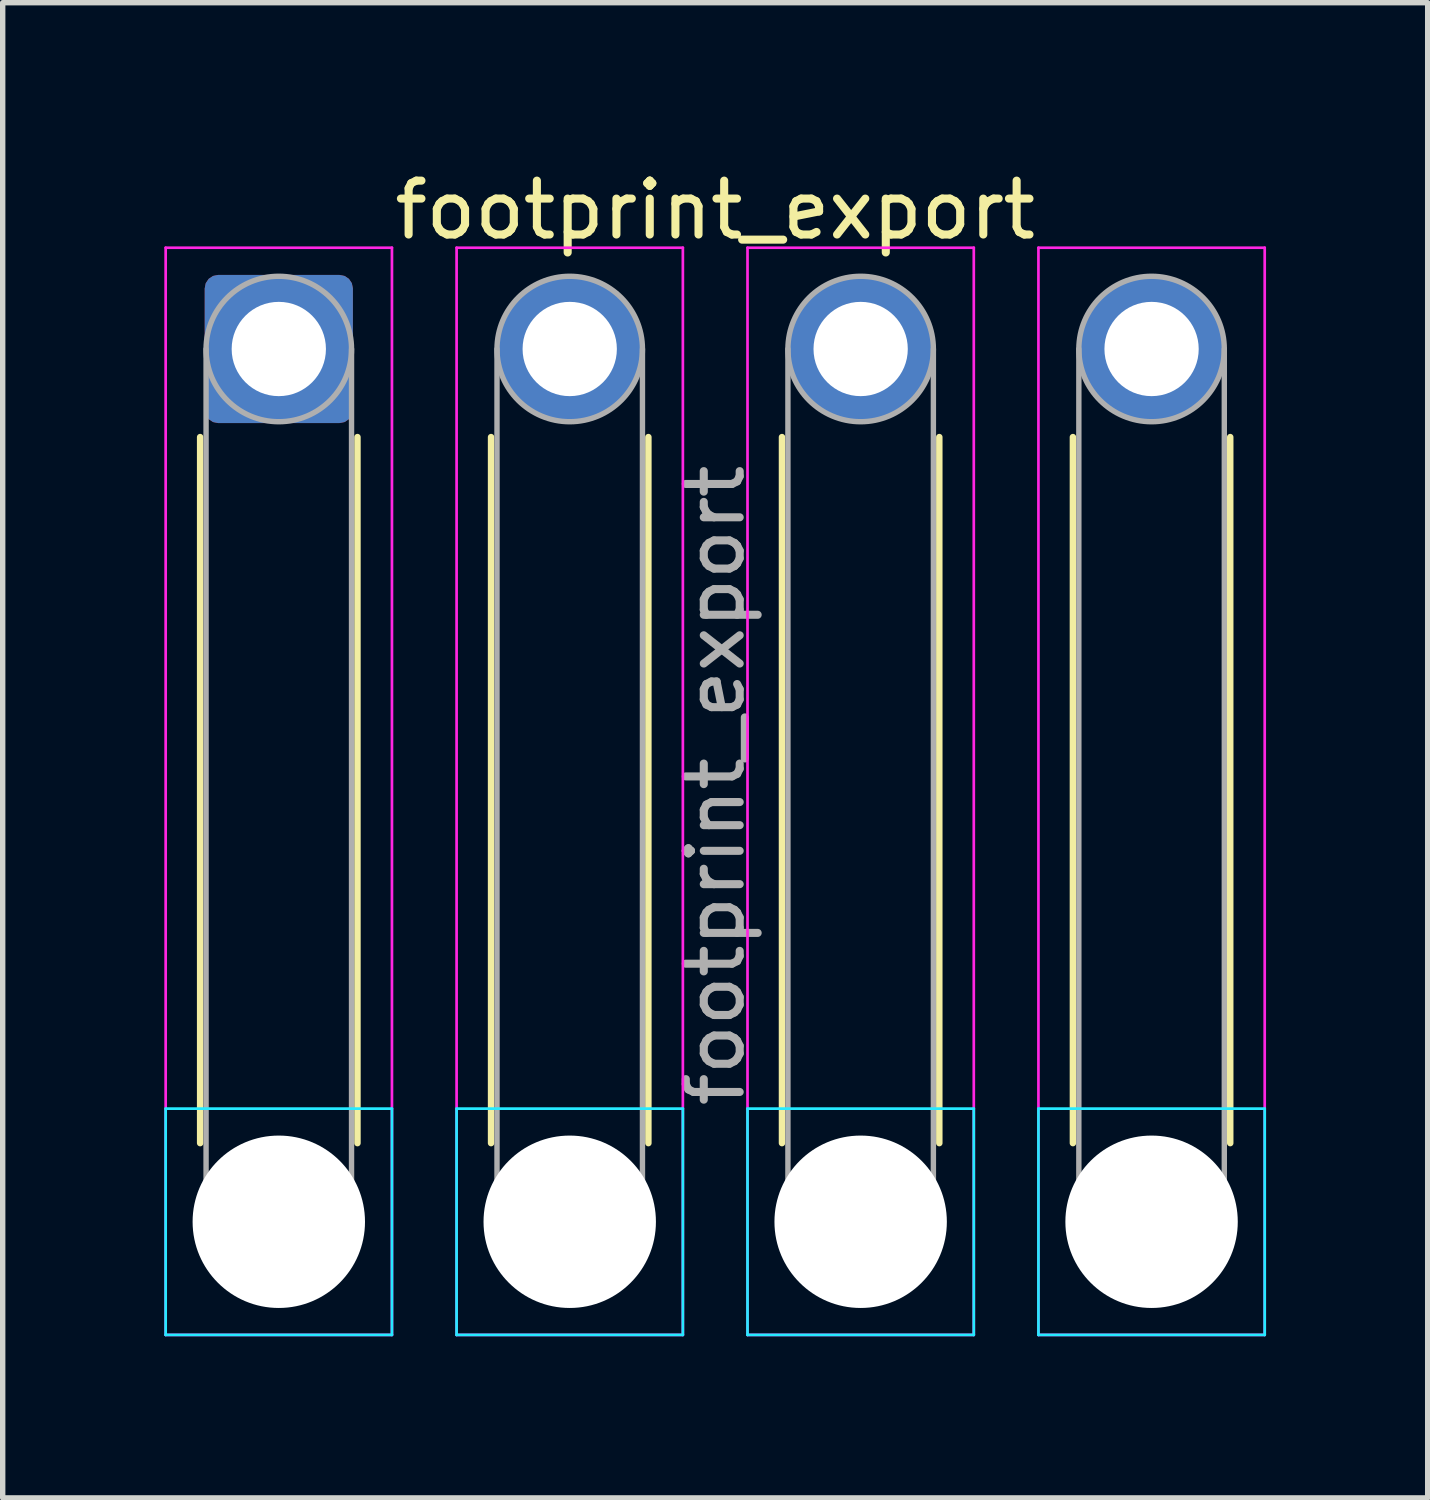
<source format=kicad_pcb>
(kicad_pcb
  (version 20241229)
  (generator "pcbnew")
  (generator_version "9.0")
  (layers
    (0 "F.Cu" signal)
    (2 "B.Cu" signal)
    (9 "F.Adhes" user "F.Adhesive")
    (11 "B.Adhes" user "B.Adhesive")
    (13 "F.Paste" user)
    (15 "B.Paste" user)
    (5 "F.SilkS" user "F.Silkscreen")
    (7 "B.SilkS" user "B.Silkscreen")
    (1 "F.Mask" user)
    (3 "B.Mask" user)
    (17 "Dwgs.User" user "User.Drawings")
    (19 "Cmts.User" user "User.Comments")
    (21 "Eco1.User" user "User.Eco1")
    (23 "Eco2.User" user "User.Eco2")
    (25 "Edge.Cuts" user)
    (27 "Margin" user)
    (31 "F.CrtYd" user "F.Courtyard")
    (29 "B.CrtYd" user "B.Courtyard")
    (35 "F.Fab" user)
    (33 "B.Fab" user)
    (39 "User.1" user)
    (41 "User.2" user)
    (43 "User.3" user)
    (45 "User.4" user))
  (footprint "footprint_export"
    (layer "F.Cu")
    (at 2.125 3.428)
    (property "Reference" "footprint_export" (at 8.1 -2.58 0) (layer "F.SilkS") (effects (font (size 1 1) (thickness 0.15))))
    (attr exclude_from_pos_files exclude_from_bom)
    (fp_line (start -1.46 1.635) (end -1.46 14.74) (stroke (width 0.12) (type solid)) (layer "F.SilkS"))
    (fp_line (start 1.46 1.635) (end 1.46 14.74) (stroke (width 0.12) (type solid)) (layer "F.SilkS"))
    (fp_line (start 3.94 1.635) (end 3.94 14.74) (stroke (width 0.12) (type solid)) (layer "F.SilkS"))
    (fp_line (start 6.86 1.635) (end 6.86 14.74) (stroke (width 0.12) (type solid)) (layer "F.SilkS"))
    (fp_line (start 9.34 1.635) (end 9.34 14.74) (stroke (width 0.12) (type solid)) (layer "F.SilkS"))
    (fp_line (start 12.26 1.635) (end 12.26 14.74) (stroke (width 0.12) (type solid)) (layer "F.SilkS"))
    (fp_line (start 14.74 1.635) (end 14.74 14.74) (stroke (width 0.12) (type solid)) (layer "F.SilkS"))
    (fp_line (start 17.66 1.635) (end 17.66 14.74) (stroke (width 0.12) (type solid)) (layer "F.SilkS"))
    (fp_line (start -2.1 14.1) (end -2.1 18.3) (stroke (width 0.05) (type solid)) (layer "B.CrtYd"))
    (fp_line (start -2.1 18.3) (end 2.1 18.3) (stroke (width 0.05) (type solid)) (layer "B.CrtYd"))
    (fp_line (start 2.1 14.1) (end -2.1 14.1) (stroke (width 0.05) (type solid)) (layer "B.CrtYd"))
    (fp_line (start 2.1 18.3) (end 2.1 14.1) (stroke (width 0.05) (type solid)) (layer "B.CrtYd"))
    (fp_line (start 3.3 14.1) (end 3.3 18.3) (stroke (width 0.05) (type solid)) (layer "B.CrtYd"))
    (fp_line (start 3.3 18.3) (end 7.5 18.3) (stroke (width 0.05) (type solid)) (layer "B.CrtYd"))
    (fp_line (start 7.5 14.1) (end 3.3 14.1) (stroke (width 0.05) (type solid)) (layer "B.CrtYd"))
    (fp_line (start 7.5 18.3) (end 7.5 14.1) (stroke (width 0.05) (type solid)) (layer "B.CrtYd"))
    (fp_line (start 8.7 14.1) (end 8.7 18.3) (stroke (width 0.05) (type solid)) (layer "B.CrtYd"))
    (fp_line (start 8.7 18.3) (end 12.9 18.3) (stroke (width 0.05) (type solid)) (layer "B.CrtYd"))
    (fp_line (start 12.9 14.1) (end 8.7 14.1) (stroke (width 0.05) (type solid)) (layer "B.CrtYd"))
    (fp_line (start 12.9 18.3) (end 12.9 14.1) (stroke (width 0.05) (type solid)) (layer "B.CrtYd"))
    (fp_line (start 14.1 14.1) (end 14.1 18.3) (stroke (width 0.05) (type solid)) (layer "B.CrtYd"))
    (fp_line (start 14.1 18.3) (end 18.3 18.3) (stroke (width 0.05) (type solid)) (layer "B.CrtYd"))
    (fp_line (start 18.3 14.1) (end 14.1 14.1) (stroke (width 0.05) (type solid)) (layer "B.CrtYd"))
    (fp_line (start 18.3 18.3) (end 18.3 14.1) (stroke (width 0.05) (type solid)) (layer "B.CrtYd"))
    (fp_line (start -2.1 -1.88) (end -2.1 18.3) (stroke (width 0.05) (type solid)) (layer "F.CrtYd"))
    (fp_line (start -2.1 18.3) (end 2.1 18.3) (stroke (width 0.05) (type solid)) (layer "F.CrtYd"))
    (fp_line (start 2.1 -1.88) (end -2.1 -1.88) (stroke (width 0.05) (type solid)) (layer "F.CrtYd"))
    (fp_line (start 2.1 18.3) (end 2.1 -1.88) (stroke (width 0.05) (type solid)) (layer "F.CrtYd"))
    (fp_line (start 3.3 -1.88) (end 3.3 18.3) (stroke (width 0.05) (type solid)) (layer "F.CrtYd"))
    (fp_line (start 3.3 18.3) (end 7.5 18.3) (stroke (width 0.05) (type solid)) (layer "F.CrtYd"))
    (fp_line (start 7.5 -1.88) (end 3.3 -1.88) (stroke (width 0.05) (type solid)) (layer "F.CrtYd"))
    (fp_line (start 7.5 18.3) (end 7.5 -1.88) (stroke (width 0.05) (type solid)) (layer "F.CrtYd"))
    (fp_line (start 8.7 -1.88) (end 8.7 18.3) (stroke (width 0.05) (type solid)) (layer "F.CrtYd"))
    (fp_line (start 8.7 18.3) (end 12.9 18.3) (stroke (width 0.05) (type solid)) (layer "F.CrtYd"))
    (fp_line (start 12.9 -1.88) (end 8.7 -1.88) (stroke (width 0.05) (type solid)) (layer "F.CrtYd"))
    (fp_line (start 12.9 18.3) (end 12.9 -1.88) (stroke (width 0.05) (type solid)) (layer "F.CrtYd"))
    (fp_line (start 14.1 -1.88) (end 14.1 18.3) (stroke (width 0.05) (type solid)) (layer "F.CrtYd"))
    (fp_line (start 14.1 18.3) (end 18.3 18.3) (stroke (width 0.05) (type solid)) (layer "F.CrtYd"))
    (fp_line (start 18.3 -1.88) (end 14.1 -1.88) (stroke (width 0.05) (type solid)) (layer "F.CrtYd"))
    (fp_line (start 18.3 18.3) (end 18.3 -1.88) (stroke (width 0.05) (type solid)) (layer "F.CrtYd"))
    (fp_line (start -1.35 0) (end -1.35 16.2) (stroke (width 0.1) (type solid)) (layer "F.Fab"))
    (fp_line (start 1.35 0) (end 1.35 16.2) (stroke (width 0.1) (type solid)) (layer "F.Fab"))
    (fp_line (start 4.05 0) (end 4.05 16.2) (stroke (width 0.1) (type solid)) (layer "F.Fab"))
    (fp_line (start 6.75 0) (end 6.75 16.2) (stroke (width 0.1) (type solid)) (layer "F.Fab"))
    (fp_line (start 9.45 0) (end 9.45 16.2) (stroke (width 0.1) (type solid)) (layer "F.Fab"))
    (fp_line (start 12.15 0) (end 12.15 16.2) (stroke (width 0.1) (type solid)) (layer "F.Fab"))
    (fp_line (start 14.85 0) (end 14.85 16.2) (stroke (width 0.1) (type solid)) (layer "F.Fab"))
    (fp_line (start 17.55 0) (end 17.55 16.2) (stroke (width 0.1) (type solid)) (layer "F.Fab"))
    (fp_circle (center 0 0) (end 1.35 0) (stroke (width 0.1) (type solid)) (fill no) (layer "F.Fab"))
    (fp_circle (center 0 16.2) (end 1.35 16.2) (stroke (width 0.1) (type solid)) (fill no) (layer "F.Fab"))
    (fp_circle (center 5.4 0) (end 6.75 0) (stroke (width 0.1) (type solid)) (fill no) (layer "F.Fab"))
    (fp_circle (center 5.4 16.2) (end 6.75 16.2) (stroke (width 0.1) (type solid)) (fill no) (layer "F.Fab"))
    (fp_circle (center 10.8 0) (end 12.15 0) (stroke (width 0.1) (type solid)) (fill no) (layer "F.Fab"))
    (fp_circle (center 10.8 16.2) (end 12.15 16.2) (stroke (width 0.1) (type solid)) (fill no) (layer "F.Fab"))
    (fp_circle (center 16.2 0) (end 17.55 0) (stroke (width 0.1) (type solid)) (fill no) (layer "F.Fab"))
    (fp_circle (center 16.2 16.2) (end 17.55 16.2) (stroke (width 0.1) (type solid)) (fill no) (layer "F.Fab"))
    (fp_text user "${REFERENCE}" (at 8.1 8.1 90) (layer "F.Fab") (effects (font (size 1 1) (thickness 0.15))))
    (pad "" np_thru_hole circle (at 0 16.2) (size 3.2 3.2) (drill 3.2) (layers "*.Cu" "*.Mask"))
    (pad "" np_thru_hole circle (at 5.4 16.2) (size 3.2 3.2) (drill 3.2) (layers "*.Cu" "*.Mask"))
    (pad "" np_thru_hole circle (at 10.8 16.2) (size 3.2 3.2) (drill 3.2) (layers "*.Cu" "*.Mask"))
    (pad "" np_thru_hole circle (at 16.2 16.2) (size 3.2 3.2) (drill 3.2) (layers "*.Cu" "*.Mask"))
    (pad "1" thru_hole roundrect (at 0 0) (size 2.75 2.75) (drill 1.75) (layers "*.Cu" "*.Mask") (roundrect_rratio 0.091))
    (pad "2" thru_hole circle (at 5.4 0) (size 2.75 2.75) (drill 1.75) (layers "*.Cu" "*.Mask"))
    (pad "3" thru_hole circle (at 10.8 0) (size 2.75 2.75) (drill 1.75) (layers "*.Cu" "*.Mask"))
    (pad "4" thru_hole circle (at 16.2 0) (size 2.75 2.75) (drill 1.75) (layers "*.Cu" "*.Mask")))
  (gr_rect
    (start -3 -3)
    (end 23.45 24.753)
    (stroke (width 0.1) (type default))
    (fill no)
    (layer "Edge.Cuts")))
</source>
